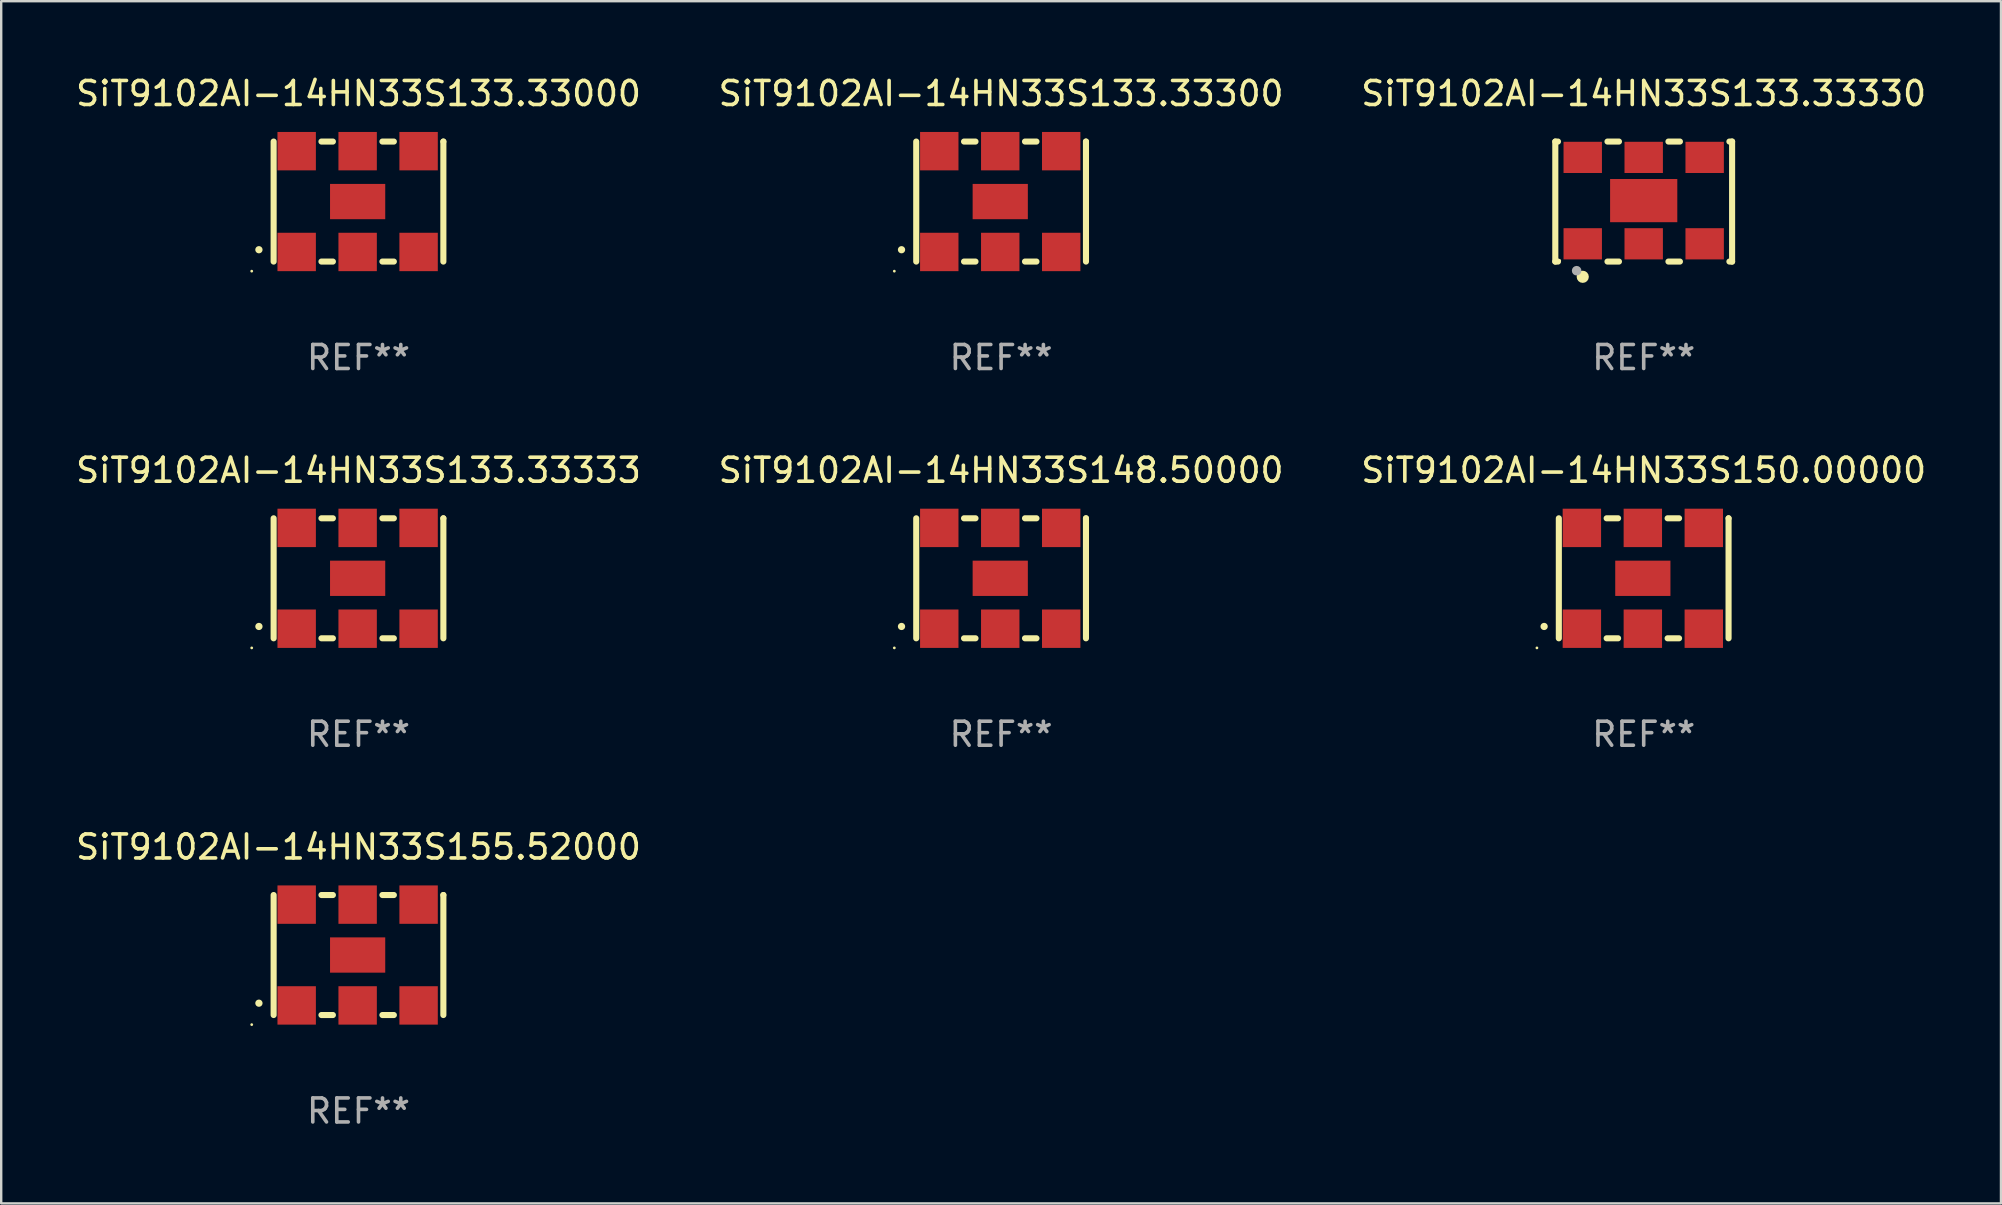
<source format=kicad_pcb>
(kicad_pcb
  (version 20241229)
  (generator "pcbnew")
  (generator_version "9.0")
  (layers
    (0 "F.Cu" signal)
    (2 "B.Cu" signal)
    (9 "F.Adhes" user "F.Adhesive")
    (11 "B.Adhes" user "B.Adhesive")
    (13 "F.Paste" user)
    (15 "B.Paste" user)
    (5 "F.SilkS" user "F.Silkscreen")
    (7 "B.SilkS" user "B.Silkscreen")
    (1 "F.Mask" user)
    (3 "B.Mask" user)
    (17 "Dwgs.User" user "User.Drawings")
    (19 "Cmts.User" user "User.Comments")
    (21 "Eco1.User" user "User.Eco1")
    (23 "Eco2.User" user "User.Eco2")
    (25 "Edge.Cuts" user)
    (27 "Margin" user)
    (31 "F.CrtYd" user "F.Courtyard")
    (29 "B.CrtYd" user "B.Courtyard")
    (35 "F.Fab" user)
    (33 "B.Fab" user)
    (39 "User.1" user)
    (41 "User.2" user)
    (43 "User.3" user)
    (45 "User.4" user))
  (footprint "SiT9102AI-14HN33S155.52000"
    (layer "F.Cu")
    (at 11.887 36.741)
    (property "Reference" "SiT9102AI-14HN33S155.52000" (at 0 -4.5 0) (layer "F.SilkS") (effects (font (size 1 1) (thickness 0.15))))
    (attr through_hole)
    (fp_line (start -3.536 -2.5) (end -3.536 2.5) (stroke (width 0.254) (type solid)) (layer "F.SilkS"))
    (fp_line (start -1.544 2.5) (end -1.067 2.5) (stroke (width 0.254) (type solid)) (layer "F.SilkS"))
    (fp_line (start -1.067 -2.5) (end -1.544 -2.5) (stroke (width 0.254) (type solid)) (layer "F.SilkS"))
    (fp_line (start 0.996 2.5) (end 1.473 2.5) (stroke (width 0.254) (type solid)) (layer "F.SilkS"))
    (fp_line (start 1.473 -2.5) (end 0.996 -2.5) (stroke (width 0.254) (type solid)) (layer "F.SilkS"))
    (fp_line (start 3.536 -2.5) (end 3.536 -2.5) (stroke (width 0.254) (type solid)) (layer "F.SilkS"))
    (fp_line (start 3.536 2.5) (end 3.536 -2.5) (stroke (width 0.254) (type solid)) (layer "F.SilkS"))
    (fp_arc (start -4.150432 2.006604) (mid -4.149162 2.006599) (end -4.147892 2.006604) (stroke (width 0.3) (type solid)) (layer "F.SilkS"))
    (fp_circle (center -4.449 2.9) (end -4.419 2.9) (stroke (width 0.06) (type solid)) (fill no) (layer "F.SilkS"))
    (fp_text user "REF**" (at 0 6.5 0) (layer "F.Fab") (effects (font (size 1 1) (thickness 0.15))))
    (pad "1" smd rect (at -2.576 2.1) (size 1.6 1.6) (layers "F.Cu" "F.Mask" "F.Paste"))
    (pad "2" smd rect (at -0.036 2.1) (size 1.6 1.6) (layers "F.Cu" "F.Mask" "F.Paste"))
    (pad "3" smd rect (at 2.504 2.1) (size 1.6 1.6) (layers "F.Cu" "F.Mask" "F.Paste"))
    (pad "4" smd rect (at 2.504 -2.1) (size 1.6 1.6) (layers "F.Cu" "F.Mask" "F.Paste"))
    (pad "5" smd rect (at -0.036 -2.1) (size 1.6 1.6) (layers "F.Cu" "F.Mask" "F.Paste"))
    (pad "6" smd rect (at -2.576 -2.1) (size 1.6 1.6) (layers "F.Cu" "F.Mask" "F.Paste"))
    (pad "7" smd rect (at -0.036 0) (size 2.3 1.47) (layers "F.Cu" "F.Mask" "F.Paste")))
  (footprint "SiT9102AI-14HN33S133.33300"
    (layer "F.Cu")
    (at 38.661 5.348)
    (property "Reference" "SiT9102AI-14HN33S133.33300" (at 0 -4.5 0) (layer "F.SilkS") (effects (font (size 1 1) (thickness 0.15))))
    (attr through_hole)
    (fp_line (start -3.536 -2.5) (end -3.536 2.5) (stroke (width 0.254) (type solid)) (layer "F.SilkS"))
    (fp_line (start -1.544 2.5) (end -1.067 2.5) (stroke (width 0.254) (type solid)) (layer "F.SilkS"))
    (fp_line (start -1.067 -2.5) (end -1.544 -2.5) (stroke (width 0.254) (type solid)) (layer "F.SilkS"))
    (fp_line (start 0.996 2.5) (end 1.473 2.5) (stroke (width 0.254) (type solid)) (layer "F.SilkS"))
    (fp_line (start 1.473 -2.5) (end 0.996 -2.5) (stroke (width 0.254) (type solid)) (layer "F.SilkS"))
    (fp_line (start 3.536 -2.5) (end 3.536 -2.5) (stroke (width 0.254) (type solid)) (layer "F.SilkS"))
    (fp_line (start 3.536 2.5) (end 3.536 -2.5) (stroke (width 0.254) (type solid)) (layer "F.SilkS"))
    (fp_arc (start -4.150432 2.006604) (mid -4.149162 2.006599) (end -4.147892 2.006604) (stroke (width 0.3) (type solid)) (layer "F.SilkS"))
    (fp_circle (center -4.449 2.9) (end -4.419 2.9) (stroke (width 0.06) (type solid)) (fill no) (layer "F.SilkS"))
    (fp_text user "REF**" (at 0 6.5 0) (layer "F.Fab") (effects (font (size 1 1) (thickness 0.15))))
    (pad "1" smd rect (at -2.576 2.1) (size 1.6 1.6) (layers "F.Cu" "F.Mask" "F.Paste"))
    (pad "2" smd rect (at -0.036 2.1) (size 1.6 1.6) (layers "F.Cu" "F.Mask" "F.Paste"))
    (pad "3" smd rect (at 2.504 2.1) (size 1.6 1.6) (layers "F.Cu" "F.Mask" "F.Paste"))
    (pad "4" smd rect (at 2.504 -2.1) (size 1.6 1.6) (layers "F.Cu" "F.Mask" "F.Paste"))
    (pad "5" smd rect (at -0.036 -2.1) (size 1.6 1.6) (layers "F.Cu" "F.Mask" "F.Paste"))
    (pad "6" smd rect (at -2.576 -2.1) (size 1.6 1.6) (layers "F.Cu" "F.Mask" "F.Paste"))
    (pad "7" smd rect (at -0.036 0) (size 2.3 1.47) (layers "F.Cu" "F.Mask" "F.Paste")))
  (footprint "SiT9102AI-14HN33S148.50000"
    (layer "F.Cu")
    (at 38.661 21.045)
    (property "Reference" "SiT9102AI-14HN33S148.50000" (at 0 -4.5 0) (layer "F.SilkS") (effects (font (size 1 1) (thickness 0.15))))
    (attr through_hole)
    (fp_line (start -3.536 -2.5) (end -3.536 2.5) (stroke (width 0.254) (type solid)) (layer "F.SilkS"))
    (fp_line (start -1.544 2.5) (end -1.067 2.5) (stroke (width 0.254) (type solid)) (layer "F.SilkS"))
    (fp_line (start -1.067 -2.5) (end -1.544 -2.5) (stroke (width 0.254) (type solid)) (layer "F.SilkS"))
    (fp_line (start 0.996 2.5) (end 1.473 2.5) (stroke (width 0.254) (type solid)) (layer "F.SilkS"))
    (fp_line (start 1.473 -2.5) (end 0.996 -2.5) (stroke (width 0.254) (type solid)) (layer "F.SilkS"))
    (fp_line (start 3.536 -2.5) (end 3.536 -2.5) (stroke (width 0.254) (type solid)) (layer "F.SilkS"))
    (fp_line (start 3.536 2.5) (end 3.536 -2.5) (stroke (width 0.254) (type solid)) (layer "F.SilkS"))
    (fp_arc (start -4.150432 2.006604) (mid -4.149162 2.006599) (end -4.147892 2.006604) (stroke (width 0.3) (type solid)) (layer "F.SilkS"))
    (fp_circle (center -4.449 2.9) (end -4.419 2.9) (stroke (width 0.06) (type solid)) (fill no) (layer "F.SilkS"))
    (fp_text user "REF**" (at 0 6.5 0) (layer "F.Fab") (effects (font (size 1 1) (thickness 0.15))))
    (pad "1" smd rect (at -2.576 2.1) (size 1.6 1.6) (layers "F.Cu" "F.Mask" "F.Paste"))
    (pad "2" smd rect (at -0.036 2.1) (size 1.6 1.6) (layers "F.Cu" "F.Mask" "F.Paste"))
    (pad "3" smd rect (at 2.504 2.1) (size 1.6 1.6) (layers "F.Cu" "F.Mask" "F.Paste"))
    (pad "4" smd rect (at 2.504 -2.1) (size 1.6 1.6) (layers "F.Cu" "F.Mask" "F.Paste"))
    (pad "5" smd rect (at -0.036 -2.1) (size 1.6 1.6) (layers "F.Cu" "F.Mask" "F.Paste"))
    (pad "6" smd rect (at -2.576 -2.1) (size 1.6 1.6) (layers "F.Cu" "F.Mask" "F.Paste"))
    (pad "7" smd rect (at -0.036 0) (size 2.3 1.47) (layers "F.Cu" "F.Mask" "F.Paste")))
  (footprint "SiT9102AI-14HN33S150.00000"
    (layer "F.Cu")
    (at 65.435 21.045)
    (property "Reference" "SiT9102AI-14HN33S150.00000" (at 0 -4.5 0) (layer "F.SilkS") (effects (font (size 1 1) (thickness 0.15))))
    (attr through_hole)
    (fp_line (start -3.536 -2.5) (end -3.536 2.5) (stroke (width 0.254) (type solid)) (layer "F.SilkS"))
    (fp_line (start -1.544 2.5) (end -1.067 2.5) (stroke (width 0.254) (type solid)) (layer "F.SilkS"))
    (fp_line (start -1.067 -2.5) (end -1.544 -2.5) (stroke (width 0.254) (type solid)) (layer "F.SilkS"))
    (fp_line (start 0.996 2.5) (end 1.473 2.5) (stroke (width 0.254) (type solid)) (layer "F.SilkS"))
    (fp_line (start 1.473 -2.5) (end 0.996 -2.5) (stroke (width 0.254) (type solid)) (layer "F.SilkS"))
    (fp_line (start 3.536 -2.5) (end 3.536 -2.5) (stroke (width 0.254) (type solid)) (layer "F.SilkS"))
    (fp_line (start 3.536 2.5) (end 3.536 -2.5) (stroke (width 0.254) (type solid)) (layer "F.SilkS"))
    (fp_arc (start -4.150432 2.006604) (mid -4.149162 2.006599) (end -4.147892 2.006604) (stroke (width 0.3) (type solid)) (layer "F.SilkS"))
    (fp_circle (center -4.449 2.9) (end -4.419 2.9) (stroke (width 0.06) (type solid)) (fill no) (layer "F.SilkS"))
    (fp_text user "REF**" (at 0 6.5 0) (layer "F.Fab") (effects (font (size 1 1) (thickness 0.15))))
    (pad "1" smd rect (at -2.576 2.1) (size 1.6 1.6) (layers "F.Cu" "F.Mask" "F.Paste"))
    (pad "2" smd rect (at -0.036 2.1) (size 1.6 1.6) (layers "F.Cu" "F.Mask" "F.Paste"))
    (pad "3" smd rect (at 2.504 2.1) (size 1.6 1.6) (layers "F.Cu" "F.Mask" "F.Paste"))
    (pad "4" smd rect (at 2.504 -2.1) (size 1.6 1.6) (layers "F.Cu" "F.Mask" "F.Paste"))
    (pad "5" smd rect (at -0.036 -2.1) (size 1.6 1.6) (layers "F.Cu" "F.Mask" "F.Paste"))
    (pad "6" smd rect (at -2.576 -2.1) (size 1.6 1.6) (layers "F.Cu" "F.Mask" "F.Paste"))
    (pad "7" smd rect (at -0.036 0) (size 2.3 1.47) (layers "F.Cu" "F.Mask" "F.Paste")))
  (footprint "SiT9102AI-14HN33S133.33330"
    (layer "F.Cu")
    (at 65.435 5.348)
    (property "Reference" "SiT9102AI-14HN33S133.33330" (at 0 -4.5 0) (layer "F.SilkS") (effects (font (size 1 1) (thickness 0.15))))
    (attr through_hole)
    (fp_line (start -3.683 -2.5) (end -3.571 -2.5) (stroke (width 0.254) (type solid)) (layer "F.SilkS"))
    (fp_line (start -3.683 2.5) (end -3.683 -2.5) (stroke (width 0.254) (type solid)) (layer "F.SilkS"))
    (fp_line (start -3.683 2.5) (end -3.571 2.5) (stroke (width 0.254) (type solid)) (layer "F.SilkS"))
    (fp_line (start -1.509 -2.5) (end -1.031 -2.5) (stroke (width 0.254) (type solid)) (layer "F.SilkS"))
    (fp_line (start -1.509 2.5) (end -1.031 2.5) (stroke (width 0.254) (type solid)) (layer "F.SilkS"))
    (fp_line (start 1.031 -2.5) (end 1.509 -2.5) (stroke (width 0.254) (type solid)) (layer "F.SilkS"))
    (fp_line (start 1.031 2.5) (end 1.509 2.5) (stroke (width 0.254) (type solid)) (layer "F.SilkS"))
    (fp_line (start 3.571 -2.5) (end 3.683 -2.5) (stroke (width 0.254) (type solid)) (layer "F.SilkS"))
    (fp_line (start 3.571 2.5) (end 3.683 2.5) (stroke (width 0.254) (type solid)) (layer "F.SilkS"))
    (fp_line (start 3.683 2.5) (end 3.683 -2.5) (stroke (width 0.254) (type solid)) (layer "F.SilkS"))
    (fp_circle (center -3.5 2.46) (end -3.47 2.46) (stroke (width 0.06) (type solid)) (fill no) (layer "F.SilkS"))
    (fp_circle (center -2.54 3.135) (end -2.413 3.135) (stroke (width 0.254) (type solid)) (fill no) (layer "F.SilkS"))
    (fp_circle (center -2.794 2.881) (end -2.694 2.881) (stroke (width 0.2) (type solid)) (fill no) (layer "F.Fab"))
    (fp_text user "REF**" (at 0 6.5 0) (layer "F.Fab") (effects (font (size 1 1) (thickness 0.15))))
    (pad "1" smd rect (at -2.54 1.76) (size 1.6 1.3) (layers "F.Cu" "F.Mask" "F.Paste"))
    (pad "2" smd rect (at 0 1.76) (size 1.6 1.3) (layers "F.Cu" "F.Mask" "F.Paste"))
    (pad "3" smd rect (at 2.54 1.76) (size 1.6 1.3) (layers "F.Cu" "F.Mask" "F.Paste"))
    (pad "4" smd rect (at 2.54 -1.84) (size 1.6 1.3) (layers "F.Cu" "F.Mask" "F.Paste"))
    (pad "5" smd rect (at 0 -1.84) (size 1.6 1.3) (layers "F.Cu" "F.Mask" "F.Paste"))
    (pad "6" smd rect (at -2.54 -1.84) (size 1.6 1.3) (layers "F.Cu" "F.Mask" "F.Paste"))
    (pad "7" smd rect (at 0 -0.04) (size 2.8 1.8) (layers "F.Cu" "F.Mask" "F.Paste")))
  (footprint "SiT9102AI-14HN33S133.33333"
    (layer "F.Cu")
    (at 11.887 21.045)
    (property "Reference" "SiT9102AI-14HN33S133.33333" (at 0 -4.5 0) (layer "F.SilkS") (effects (font (size 1 1) (thickness 0.15))))
    (attr through_hole)
    (fp_line (start -3.536 -2.5) (end -3.536 2.5) (stroke (width 0.254) (type solid)) (layer "F.SilkS"))
    (fp_line (start -1.544 2.5) (end -1.067 2.5) (stroke (width 0.254) (type solid)) (layer "F.SilkS"))
    (fp_line (start -1.067 -2.5) (end -1.544 -2.5) (stroke (width 0.254) (type solid)) (layer "F.SilkS"))
    (fp_line (start 0.996 2.5) (end 1.473 2.5) (stroke (width 0.254) (type solid)) (layer "F.SilkS"))
    (fp_line (start 1.473 -2.5) (end 0.996 -2.5) (stroke (width 0.254) (type solid)) (layer "F.SilkS"))
    (fp_line (start 3.536 -2.5) (end 3.536 -2.5) (stroke (width 0.254) (type solid)) (layer "F.SilkS"))
    (fp_line (start 3.536 2.5) (end 3.536 -2.5) (stroke (width 0.254) (type solid)) (layer "F.SilkS"))
    (fp_arc (start -4.150432 2.006604) (mid -4.149162 2.006599) (end -4.147892 2.006604) (stroke (width 0.3) (type solid)) (layer "F.SilkS"))
    (fp_circle (center -4.449 2.9) (end -4.419 2.9) (stroke (width 0.06) (type solid)) (fill no) (layer "F.SilkS"))
    (fp_text user "REF**" (at 0 6.5 0) (layer "F.Fab") (effects (font (size 1 1) (thickness 0.15))))
    (pad "1" smd rect (at -2.576 2.1) (size 1.6 1.6) (layers "F.Cu" "F.Mask" "F.Paste"))
    (pad "2" smd rect (at -0.036 2.1) (size 1.6 1.6) (layers "F.Cu" "F.Mask" "F.Paste"))
    (pad "3" smd rect (at 2.504 2.1) (size 1.6 1.6) (layers "F.Cu" "F.Mask" "F.Paste"))
    (pad "4" smd rect (at 2.504 -2.1) (size 1.6 1.6) (layers "F.Cu" "F.Mask" "F.Paste"))
    (pad "5" smd rect (at -0.036 -2.1) (size 1.6 1.6) (layers "F.Cu" "F.Mask" "F.Paste"))
    (pad "6" smd rect (at -2.576 -2.1) (size 1.6 1.6) (layers "F.Cu" "F.Mask" "F.Paste"))
    (pad "7" smd rect (at -0.036 0) (size 2.3 1.47) (layers "F.Cu" "F.Mask" "F.Paste")))
  (footprint "SiT9102AI-14HN33S133.33000"
    (layer "F.Cu")
    (at 11.887 5.348)
    (property "Reference" "SiT9102AI-14HN33S133.33000" (at 0 -4.5 0) (layer "F.SilkS") (effects (font (size 1 1) (thickness 0.15))))
    (attr through_hole)
    (fp_line (start -3.536 -2.5) (end -3.536 2.5) (stroke (width 0.254) (type solid)) (layer "F.SilkS"))
    (fp_line (start -1.544 2.5) (end -1.067 2.5) (stroke (width 0.254) (type solid)) (layer "F.SilkS"))
    (fp_line (start -1.067 -2.5) (end -1.544 -2.5) (stroke (width 0.254) (type solid)) (layer "F.SilkS"))
    (fp_line (start 0.996 2.5) (end 1.473 2.5) (stroke (width 0.254) (type solid)) (layer "F.SilkS"))
    (fp_line (start 1.473 -2.5) (end 0.996 -2.5) (stroke (width 0.254) (type solid)) (layer "F.SilkS"))
    (fp_line (start 3.536 -2.5) (end 3.536 -2.5) (stroke (width 0.254) (type solid)) (layer "F.SilkS"))
    (fp_line (start 3.536 2.5) (end 3.536 -2.5) (stroke (width 0.254) (type solid)) (layer "F.SilkS"))
    (fp_arc (start -4.150432 2.006604) (mid -4.149162 2.006599) (end -4.147892 2.006604) (stroke (width 0.3) (type solid)) (layer "F.SilkS"))
    (fp_circle (center -4.449 2.9) (end -4.419 2.9) (stroke (width 0.06) (type solid)) (fill no) (layer "F.SilkS"))
    (fp_text user "REF**" (at 0 6.5 0) (layer "F.Fab") (effects (font (size 1 1) (thickness 0.15))))
    (pad "1" smd rect (at -2.576 2.1) (size 1.6 1.6) (layers "F.Cu" "F.Mask" "F.Paste"))
    (pad "2" smd rect (at -0.036 2.1) (size 1.6 1.6) (layers "F.Cu" "F.Mask" "F.Paste"))
    (pad "3" smd rect (at 2.504 2.1) (size 1.6 1.6) (layers "F.Cu" "F.Mask" "F.Paste"))
    (pad "4" smd rect (at 2.504 -2.1) (size 1.6 1.6) (layers "F.Cu" "F.Mask" "F.Paste"))
    (pad "5" smd rect (at -0.036 -2.1) (size 1.6 1.6) (layers "F.Cu" "F.Mask" "F.Paste"))
    (pad "6" smd rect (at -2.576 -2.1) (size 1.6 1.6) (layers "F.Cu" "F.Mask" "F.Paste"))
    (pad "7" smd rect (at -0.036 0) (size 2.3 1.47) (layers "F.Cu" "F.Mask" "F.Paste")))
  (gr_rect
    (start -3 -3)
    (end 80.321 47.09)
    (stroke (width 0.1) (type default))
    (fill no)
    (layer "Edge.Cuts")))
</source>
